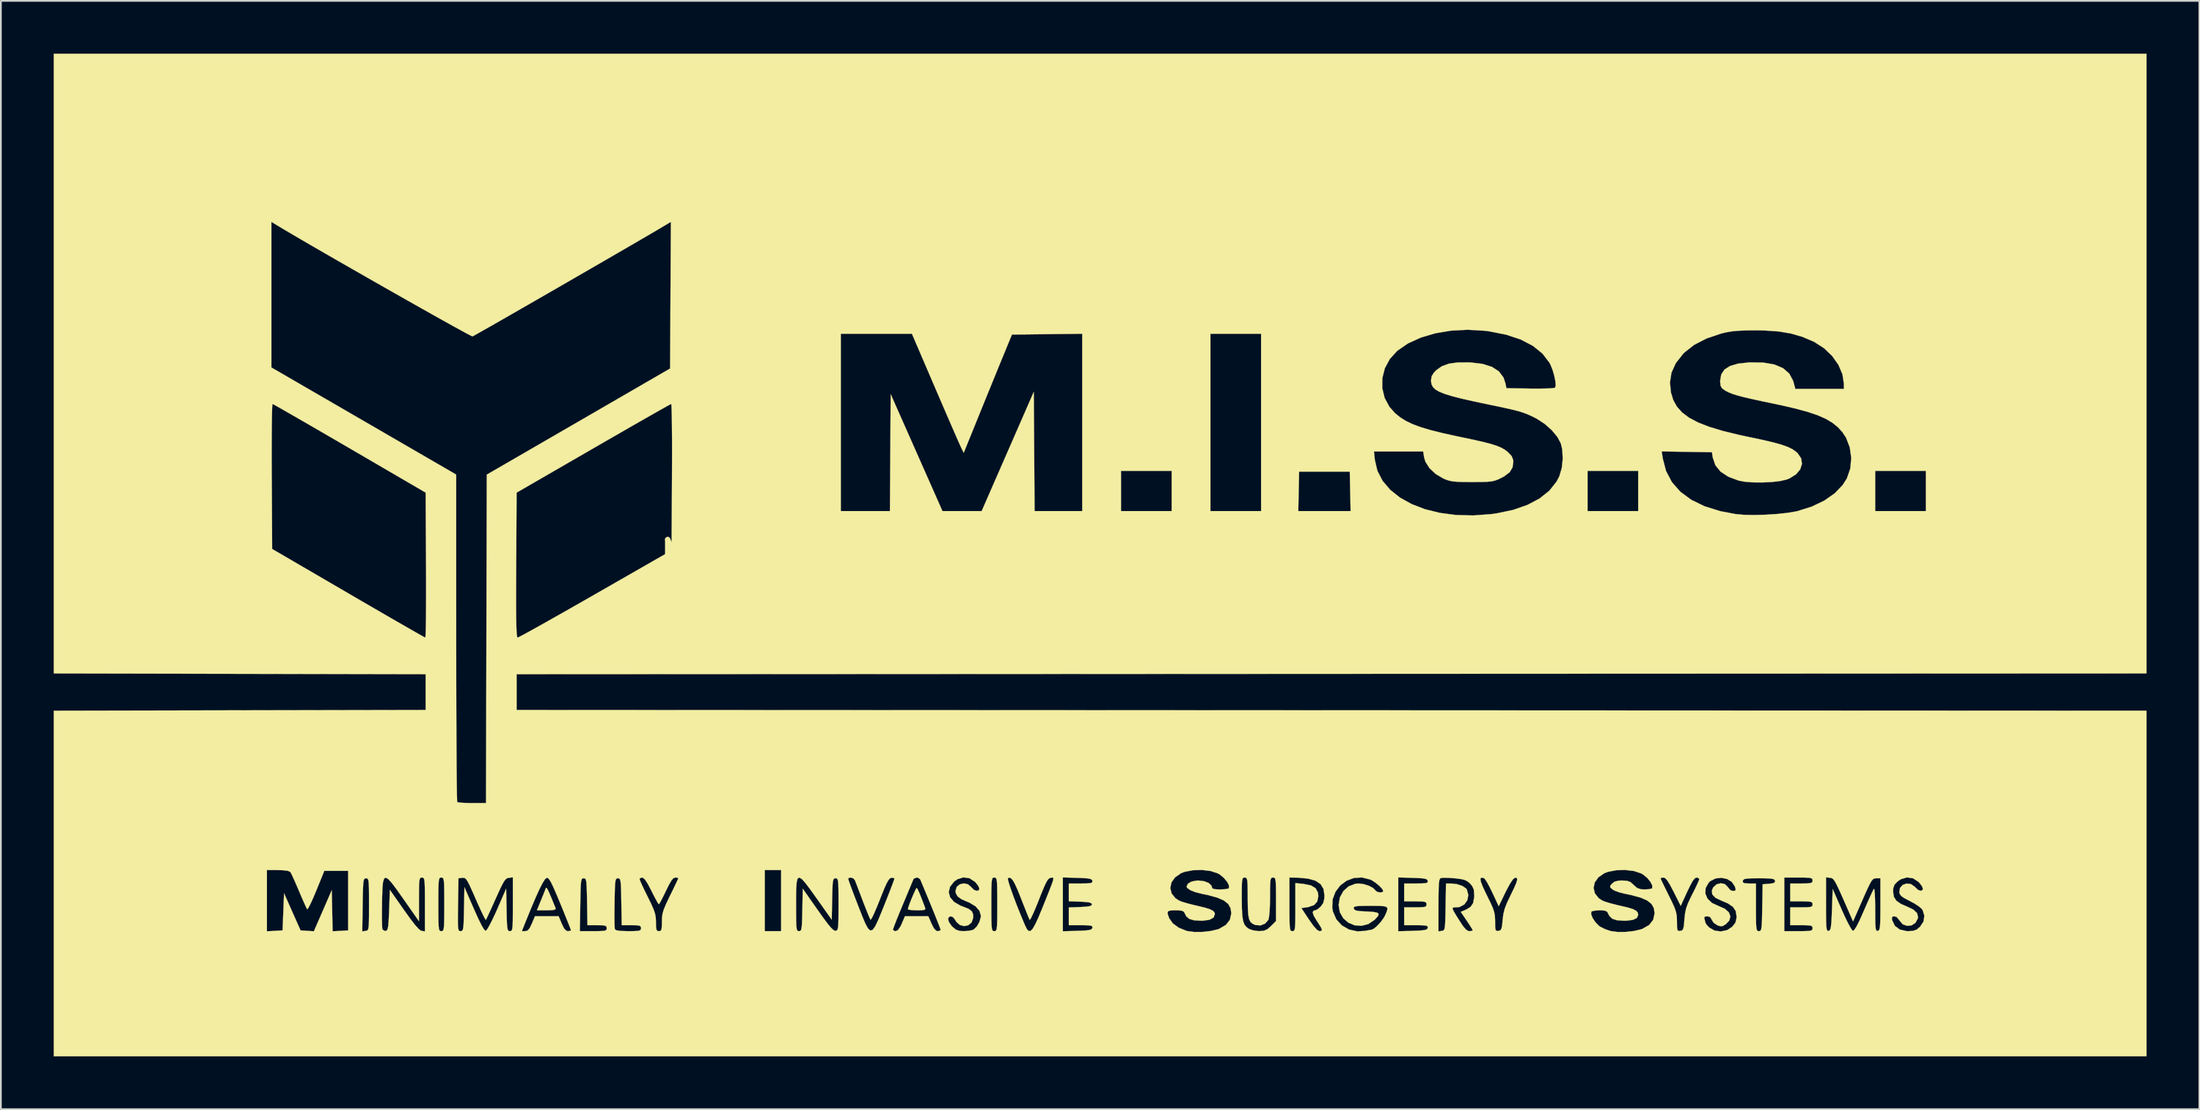
<source format=kicad_pcb>
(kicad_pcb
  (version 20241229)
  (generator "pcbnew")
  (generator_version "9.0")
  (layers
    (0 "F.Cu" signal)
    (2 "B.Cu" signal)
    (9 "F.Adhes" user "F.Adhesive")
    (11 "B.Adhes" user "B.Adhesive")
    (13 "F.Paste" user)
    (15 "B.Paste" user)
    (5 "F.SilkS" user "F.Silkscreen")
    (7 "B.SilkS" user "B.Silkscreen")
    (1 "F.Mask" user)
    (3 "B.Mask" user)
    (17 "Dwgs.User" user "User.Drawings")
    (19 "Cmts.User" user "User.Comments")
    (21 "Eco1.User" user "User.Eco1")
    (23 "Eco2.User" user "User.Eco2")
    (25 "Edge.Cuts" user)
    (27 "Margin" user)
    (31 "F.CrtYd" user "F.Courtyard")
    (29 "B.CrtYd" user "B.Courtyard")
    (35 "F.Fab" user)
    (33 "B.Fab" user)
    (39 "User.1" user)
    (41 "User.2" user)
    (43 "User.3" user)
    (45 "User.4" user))
  (footprint "MISS_logo_NEW2019_1404px_674px_300dpi"
    (layer "F.Cu")
    (at 59.441 28.453)
    (property "Reference" "MISS_logo_NEW2019_1404px_674px_300dpi" (at 0 0 0) (layer "F.SilkS") (effects (font (size 1.524 1.524) (thickness 0.3))))
    (attr through_hole)
    (fp_poly (pts (xy -31.393 19.035) (xy -31.299 19.227) (xy -31.163 19.545) (xy -30.977 20.003) (xy -30.927 20.13) (xy -30.952 20.19) (xy -31.098 20.223) (xy -31.389 20.235) (xy -31.44 20.235) (xy -31.994 20.235) (xy -31.759 19.664) (xy -31.637 19.365) (xy -31.539 19.119) (xy -31.485 18.975) (xy -31.483 18.97) (xy -31.452 18.955) (xy -31.393 19.035)) (stroke (width 0.01) (type solid)) (fill yes) (layer "F.SilkS"))
    (fp_poly (pts (xy -10.362 19.046) (xy -10.252 19.287) (xy -10.093 19.687) (xy -9.943 20.087) (xy -9.931 20.169) (xy -9.996 20.214) (xy -10.171 20.232) (xy -10.405 20.235) (xy -10.676 20.226) (xy -10.863 20.202) (xy -10.922 20.174) (xy -10.892 20.055) (xy -10.816 19.841) (xy -10.713 19.58) (xy -10.602 19.318) (xy -10.503 19.102) (xy -10.436 18.978) (xy -10.421 18.965) (xy -10.362 19.046)) (stroke (width 0.01) (type solid)) (fill yes) (layer "F.SilkS"))
    (fp_poly (pts (xy 59.436 6.773) (xy 13.145 6.794) (xy -33.147 6.816) (xy -33.147 8.848) (xy 13.145 8.869) (xy 59.436 8.89) (xy 59.436 28.533) (xy -59.436 28.533) (xy -59.436 21.433) (xy -41.914 21.433) (xy -41.721 21.406) (xy -41.652 21.392) (xy -41.602 21.356) (xy -41.568 21.276) (xy -41.546 21.127) (xy -41.535 20.885) (xy -41.53 20.527) (xy -41.53 20.284) (xy -40.796 20.284) (xy -40.795 20.704) (xy -40.789 21.038) (xy -40.779 21.254) (xy -40.769 21.318) (xy -40.662 21.402) (xy -40.577 21.405) (xy -40.516 21.375) (xy -40.472 21.296) (xy -40.44 21.14) (xy -40.416 20.883) (xy -40.397 20.496) (xy -40.386 20.225) (xy -40.344 19.073) (xy -39.537 20.226) (xy -39.188 20.712) (xy -38.918 21.063) (xy -38.717 21.287) (xy -38.579 21.394) (xy -38.542 21.405) (xy -38.354 21.432) (xy -38.354 21.427) (xy -2.117 21.427) (xy -1.292 21.403) (xy -0.906 21.387) (xy -0.658 21.365) (xy -0.517 21.328) (xy -0.453 21.272) (xy -0.439 21.23) (xy -0.443 21.156) (xy -0.511 21.112) (xy -0.673 21.09) (xy -0.963 21.082) (xy -1.094 21.082) (xy -1.778 21.082) (xy -1.778 20.42) (xy 3.831 20.42) (xy 3.909 20.646) (xy 3.927 20.691) (xy 4.132 20.98) (xy 4.467 21.224) (xy 4.898 21.399) (xy 4.961 21.416) (xy 5.349 21.467) (xy 5.819 21.464) (xy 6.294 21.41) (xy 6.697 21.313) (xy 6.757 21.29) (xy 7.14 21.07) (xy 7.372 20.775) (xy 7.451 20.41) (xy 7.451 20.405) (xy 7.41 20.112) (xy 7.275 19.874) (xy 7.031 19.679) (xy 6.661 19.516) (xy 6.442 19.456) (xy 8.046 19.456) (xy 8.046 19.579) (xy 8.053 20.13) (xy 8.076 20.538) (xy 8.12 20.831) (xy 8.193 21.036) (xy 8.301 21.179) (xy 8.451 21.289) (xy 8.476 21.303) (xy 8.69 21.375) (xy 8.972 21.415) (xy 9.047 21.418) (xy 9.308 21.397) (xy 9.509 21.304) (xy 9.703 21.133) (xy 9.991 20.845) (xy 9.991 19.897) (xy 10.753 19.897) (xy 10.753 20.438) (xy 10.758 20.834) (xy 10.768 21.106) (xy 10.786 21.278) (xy 10.815 21.372) (xy 10.858 21.412) (xy 10.917 21.421) (xy 10.922 21.421) (xy 10.985 21.413) (xy 11.03 21.373) (xy 11.06 21.277) (xy 11.078 21.101) (xy 11.088 20.82) (xy 11.091 20.41) (xy 11.091 20.054) (xy 11.091 18.688) (xy 11.571 18.737) (xy 11.977 18.821) (xy 12.24 18.979) (xy 12.372 19.223) (xy 12.395 19.43) (xy 12.336 19.736) (xy 12.152 19.939) (xy 11.83 20.051) (xy 11.773 20.06) (xy 11.432 20.108) (xy 11.866 20.765) (xy 12.124 21.128) (xy 12.324 21.348) (xy 12.458 21.421) (xy 12.568 21.406) (xy 12.601 21.346) (xy 12.549 21.214) (xy 12.407 20.983) (xy 12.315 20.846) (xy 12.134 20.543) (xy 12.074 20.347) (xy 12.135 20.25) (xy 12.225 20.235) (xy 12.35 20.178) (xy 12.473 20.075) (xy 13.184 20.075) (xy 13.226 20.312) (xy 13.417 20.749) (xy 13.73 21.093) (xy 14.136 21.327) (xy 14.605 21.432) (xy 14.701 21.427) (xy 16.933 21.427) (xy 17.758 21.403) (xy 18.144 21.387) (xy 18.392 21.365) (xy 18.533 21.328) (xy 18.597 21.272) (xy 18.611 21.23) (xy 18.607 21.156) (xy 18.539 21.112) (xy 18.377 21.09) (xy 18.087 21.082) (xy 17.956 21.082) (xy 17.272 21.082) (xy 17.272 20.066) (xy 17.907 20.066) (xy 18.232 20.062) (xy 18.422 20.044) (xy 18.514 20.002) (xy 18.535 19.942) (xy 19.219 19.942) (xy 19.219 21.432) (xy 19.41 21.405) (xy 19.482 21.39) (xy 19.533 21.349) (xy 19.568 21.259) (xy 19.591 21.093) (xy 19.606 20.828) (xy 19.616 20.437) (xy 19.624 20.045) (xy 19.647 18.711) (xy 19.929 18.711) (xy 20.275 18.75) (xy 20.58 18.852) (xy 20.79 18.997) (xy 20.83 19.053) (xy 20.915 19.363) (xy 20.862 19.658) (xy 20.693 19.899) (xy 20.432 20.043) (xy 20.256 20.066) (xy 20.114 20.067) (xy 20.034 20.087) (xy 20.022 20.151) (xy 20.083 20.287) (xy 20.221 20.52) (xy 20.403 20.812) (xy 20.614 21.132) (xy 20.775 21.323) (xy 20.906 21.409) (xy 20.974 21.421) (xy 21.124 21.403) (xy 21.167 21.374) (xy 21.122 21.286) (xy 21.006 21.097) (xy 20.842 20.848) (xy 20.826 20.825) (xy 20.486 20.324) (xy 20.777 20.202) (xy 21.037 20.047) (xy 21.186 19.827) (xy 21.247 19.501) (xy 21.251 19.345) (xy 21.227 19.058) (xy 21.133 18.852) (xy 21.012 18.713) (xy 20.862 18.585) (xy 20.69 18.503) (xy 20.445 18.45) (xy 20.331 18.437) (xy 21.602 18.437) (xy 21.624 18.602) (xy 21.73 18.883) (xy 21.923 19.292) (xy 21.972 19.391) (xy 22.172 19.798) (xy 22.305 20.097) (xy 22.384 20.333) (xy 22.424 20.548) (xy 22.436 20.785) (xy 22.437 20.875) (xy 22.44 21.172) (xy 22.46 21.337) (xy 22.509 21.404) (xy 22.6 21.409) (xy 22.627 21.405) (xy 22.729 21.374) (xy 22.792 21.292) (xy 22.832 21.12) (xy 22.862 20.82) (xy 22.864 20.786) (xy 22.903 20.469) (xy 27.893 20.469) (xy 27.982 20.683) (xy 28.135 20.912) (xy 28.321 21.106) (xy 28.401 21.164) (xy 28.677 21.302) (xy 28.982 21.41) (xy 29.006 21.416) (xy 29.394 21.467) (xy 29.865 21.464) (xy 30.339 21.41) (xy 30.742 21.313) (xy 30.803 21.29) (xy 31.186 21.07) (xy 31.417 20.775) (xy 31.496 20.41) (xy 31.496 20.405) (xy 31.455 20.112) (xy 31.32 19.873) (xy 31.076 19.678) (xy 30.706 19.515) (xy 30.192 19.374) (xy 29.818 19.296) (xy 29.505 19.219) (xy 29.238 19.123) (xy 29.099 19.046) (xy 28.975 18.931) (xy 28.976 18.84) (xy 29.076 18.719) (xy 29.237 18.6) (xy 29.474 18.548) (xy 29.655 18.542) (xy 29.935 18.559) (xy 30.126 18.631) (xy 30.303 18.788) (xy 30.311 18.796) (xy 30.503 18.965) (xy 30.711 19.037) (xy 30.932 19.05) (xy 31.172 19.036) (xy 31.331 19) (xy 31.36 18.979) (xy 31.365 18.826) (xy 31.261 18.619) (xy 31.095 18.416) (xy 31.835 18.416) (xy 31.87 18.505) (xy 31.968 18.713) (xy 32.113 19.011) (xy 32.29 19.369) (xy 32.3 19.389) (xy 32.5 19.795) (xy 32.633 20.095) (xy 32.713 20.332) (xy 32.753 20.546) (xy 32.765 20.782) (xy 32.766 20.875) (xy 32.77 21.172) (xy 32.79 21.337) (xy 32.838 21.404) (xy 32.929 21.409) (xy 32.956 21.405) (xy 33.055 21.376) (xy 33.117 21.299) (xy 33.156 21.137) (xy 33.183 20.854) (xy 33.191 20.743) (xy 33.196 20.696) (xy 34.319 20.696) (xy 34.323 20.708) (xy 34.369 20.872) (xy 34.375 20.924) (xy 34.432 21.031) (xy 34.571 21.187) (xy 34.599 21.213) (xy 34.902 21.388) (xy 35.26 21.437) (xy 35.617 21.362) (xy 35.905 21.173) (xy 36.084 20.943) (xy 36.149 20.685) (xy 36.153 20.576) (xy 36.104 20.276) (xy 35.945 20.038) (xy 35.655 19.84) (xy 35.308 19.694) (xy 34.956 19.525) (xy 34.77 19.329) (xy 34.749 19.103) (xy 34.83 18.926) (xy 35.021 18.757) (xy 35.26 18.697) (xy 35.49 18.747) (xy 35.653 18.908) (xy 35.66 18.923) (xy 35.812 19.099) (xy 35.95 19.135) (xy 36.078 19.119) (xy 36.103 19.041) (xy 36.054 18.878) (xy 35.884 18.621) (xy 35.79 18.563) (xy 36.507 18.563) (xy 36.517 18.655) (xy 36.617 18.699) (xy 36.846 18.711) (xy 36.866 18.711) (xy 37.253 18.711) (xy 37.253 20.066) (xy 37.254 20.573) (xy 37.259 20.934) (xy 37.272 21.175) (xy 37.294 21.32) (xy 37.329 21.393) (xy 37.381 21.418) (xy 37.421 21.421) (xy 37.484 21.412) (xy 37.529 21.368) (xy 37.561 21.266) (xy 37.582 21.08) (xy 37.596 20.786) (xy 37.606 20.359) (xy 37.611 20.087) (xy 37.634 18.754) (xy 37.999 18.727) (xy 38.232 18.697) (xy 38.33 18.637) (xy 38.337 18.558) (xy 38.303 18.493) (xy 38.213 18.451) (xy 38.036 18.427) (xy 37.743 18.417) (xy 37.423 18.415) (xy 37.022 18.418) (xy 36.76 18.431) (xy 36.607 18.458) (xy 36.532 18.505) (xy 36.507 18.563) (xy 35.79 18.563) (xy 35.613 18.455) (xy 35.289 18.387) (xy 34.957 18.425) (xy 34.664 18.574) (xy 34.565 18.668) (xy 34.394 18.974) (xy 34.378 19.286) (xy 34.504 19.578) (xy 34.763 19.822) (xy 35.124 19.988) (xy 35.487 20.146) (xy 35.715 20.351) (xy 35.801 20.583) (xy 35.737 20.821) (xy 35.544 21.023) (xy 35.362 21.132) (xy 35.202 21.135) (xy 35.056 21.084) (xy 34.844 20.939) (xy 34.745 20.775) (xy 34.647 20.613) (xy 34.483 20.574) (xy 34.333 20.601) (xy 34.319 20.696) (xy 33.196 20.696) (xy 33.225 20.414) (xy 33.284 20.133) (xy 33.388 19.843) (xy 33.555 19.487) (xy 33.636 19.327) (xy 33.803 18.993) (xy 33.935 18.713) (xy 34.017 18.521) (xy 34.036 18.459) (xy 33.966 18.387) (xy 33.877 18.373) (xy 38.862 18.373) (xy 38.862 21.421) (xy 39.666 21.421) (xy 40.04 21.418) (xy 40.276 21.406) (xy 40.406 21.378) (xy 40.46 21.327) (xy 40.471 21.251) (xy 40.456 21.165) (xy 40.387 21.114) (xy 40.23 21.09) (xy 39.95 21.082) (xy 39.836 21.082) (xy 39.201 21.082) (xy 39.201 20.066) (xy 39.836 20.066) (xy 40.16 20.062) (xy 40.351 20.044) (xy 40.442 20.002) (xy 40.47 19.927) (xy 40.471 19.897) (xy 41.233 19.897) (xy 41.234 20.443) (xy 41.239 20.841) (xy 41.249 21.114) (xy 41.268 21.284) (xy 41.297 21.375) (xy 41.338 21.406) (xy 41.381 21.405) (xy 41.441 21.375) (xy 41.485 21.297) (xy 41.516 21.143) (xy 41.54 20.888) (xy 41.56 20.505) (xy 41.571 20.2) (xy 41.614 19.025) (xy 42.125 20.201) (xy 42.313 20.616) (xy 42.486 20.969) (xy 42.631 21.233) (xy 42.732 21.38) (xy 42.76 21.401) (xy 42.842 21.347) (xy 42.965 21.156) (xy 43.134 20.82) (xy 43.352 20.333) (xy 43.384 20.258) (xy 43.564 19.844) (xy 43.726 19.483) (xy 43.854 19.206) (xy 43.937 19.041) (xy 43.956 19.012) (xy 43.98 19.063) (xy 44.001 19.256) (xy 44.017 19.564) (xy 44.026 19.96) (xy 44.027 20.182) (xy 44.028 20.667) (xy 44.035 21.007) (xy 44.049 21.226) (xy 44.074 21.35) (xy 44.114 21.401) (xy 44.17 21.406) (xy 44.175 21.405) (xy 44.228 21.381) (xy 44.267 21.317) (xy 44.294 21.191) (xy 44.311 20.978) (xy 44.318 20.711) (xy 44.976 20.711) (xy 44.994 20.807) (xy 45.147 21.122) (xy 45.423 21.329) (xy 45.808 21.418) (xy 45.901 21.421) (xy 46.188 21.403) (xy 46.387 21.329) (xy 46.573 21.173) (xy 46.768 20.878) (xy 46.821 20.55) (xy 46.728 20.238) (xy 46.665 20.147) (xy 46.51 20.013) (xy 46.256 19.848) (xy 45.967 19.693) (xy 45.668 19.537) (xy 45.495 19.411) (xy 45.415 19.287) (xy 45.398 19.209) (xy 45.437 18.962) (xy 45.588 18.793) (xy 45.807 18.715) (xy 46.048 18.742) (xy 46.268 18.888) (xy 46.298 18.923) (xy 46.464 19.077) (xy 46.619 19.131) (xy 46.719 19.077) (xy 46.736 19.001) (xy 46.68 18.86) (xy 46.539 18.674) (xy 46.489 18.62) (xy 46.177 18.416) (xy 45.83 18.366) (xy 45.48 18.471) (xy 45.303 18.592) (xy 45.126 18.776) (xy 45.053 18.979) (xy 45.043 19.17) (xy 45.085 19.464) (xy 45.228 19.69) (xy 45.496 19.876) (xy 45.815 20.013) (xy 46.192 20.192) (xy 46.405 20.394) (xy 46.461 20.625) (xy 46.448 20.697) (xy 46.313 20.949) (xy 46.093 21.092) (xy 45.837 21.119) (xy 45.59 21.027) (xy 45.403 20.81) (xy 45.398 20.801) (xy 45.253 20.623) (xy 45.114 20.574) (xy 44.994 20.6) (xy 44.976 20.711) (xy 44.318 20.711) (xy 44.319 20.654) (xy 44.323 20.198) (xy 44.323 19.896) (xy 44.323 18.415) (xy 44.084 18.415) (xy 43.991 18.423) (xy 43.909 18.463) (xy 43.825 18.558) (xy 43.725 18.729) (xy 43.594 18.999) (xy 43.417 19.391) (xy 43.307 19.642) (xy 42.769 20.869) (xy 42.548 20.361) (xy 42.286 19.763) (xy 42.082 19.301) (xy 41.925 18.959) (xy 41.806 18.717) (xy 41.714 18.558) (xy 41.639 18.463) (xy 41.572 18.414) (xy 41.502 18.394) (xy 41.459 18.388) (xy 41.233 18.361) (xy 41.233 19.897) (xy 40.471 19.897) (xy 40.471 19.897) (xy 40.456 19.81) (xy 40.387 19.759) (xy 40.23 19.735) (xy 39.95 19.728) (xy 39.836 19.727) (xy 39.201 19.727) (xy 39.201 18.711) (xy 39.836 18.711) (xy 40.16 18.707) (xy 40.351 18.689) (xy 40.442 18.647) (xy 40.47 18.572) (xy 40.471 18.542) (xy 40.459 18.463) (xy 40.401 18.414) (xy 40.267 18.386) (xy 40.025 18.375) (xy 39.666 18.373) (xy 38.862 18.373) (xy 33.877 18.373) (xy 33.78 18.418) (xy 33.662 18.566) (xy 33.512 18.838) (xy 33.349 19.178) (xy 32.98 19.983) (xy 32.576 19.178) (xy 32.375 18.794) (xy 32.222 18.546) (xy 32.104 18.413) (xy 32.003 18.373) (xy 32.003 18.373) (xy 31.866 18.391) (xy 31.835 18.416) (xy 31.095 18.416) (xy 31.081 18.399) (xy 30.853 18.208) (xy 30.737 18.14) (xy 30.327 18.003) (xy 29.83 17.942) (xy 29.315 17.957) (xy 28.848 18.048) (xy 28.642 18.127) (xy 28.302 18.362) (xy 28.097 18.652) (xy 28.031 18.966) (xy 28.105 19.274) (xy 28.321 19.545) (xy 28.528 19.683) (xy 28.717 19.756) (xy 29.02 19.846) (xy 29.383 19.939) (xy 29.55 19.977) (xy 29.987 20.08) (xy 30.282 20.173) (xy 30.46 20.269) (xy 30.545 20.379) (xy 30.565 20.497) (xy 30.492 20.669) (xy 30.271 20.778) (xy 29.898 20.826) (xy 29.76 20.828) (xy 29.358 20.801) (xy 29.089 20.713) (xy 28.922 20.55) (xy 28.869 20.442) (xy 28.8 20.317) (xy 28.681 20.255) (xy 28.462 20.236) (xy 28.37 20.235) (xy 28.117 20.251) (xy 27.941 20.291) (xy 27.898 20.319) (xy 27.893 20.469) (xy 22.903 20.469) (xy 22.904 20.457) (xy 22.979 20.155) (xy 23.107 19.821) (xy 23.306 19.4) (xy 23.309 19.395) (xy 23.513 18.973) (xy 23.64 18.679) (xy 23.692 18.496) (xy 23.674 18.403) (xy 23.593 18.383) (xy 23.558 18.388) (xy 23.448 18.479) (xy 23.291 18.71) (xy 23.098 19.063) (xy 23.026 19.209) (xy 22.641 20.004) (xy 22.279 19.226) (xy 22.116 18.893) (xy 21.966 18.622) (xy 21.849 18.448) (xy 21.8 18.403) (xy 21.662 18.375) (xy 21.602 18.437) (xy 20.331 18.437) (xy 20.125 18.414) (xy 19.797 18.391) (xy 19.525 18.385) (xy 19.361 18.399) (xy 19.348 18.403) (xy 19.301 18.444) (xy 19.266 18.541) (xy 19.243 18.718) (xy 19.229 18.995) (xy 19.221 19.397) (xy 19.219 19.942) (xy 18.535 19.942) (xy 18.541 19.927) (xy 18.542 19.897) (xy 18.527 19.81) (xy 18.459 19.759) (xy 18.302 19.735) (xy 18.021 19.728) (xy 17.907 19.727) (xy 17.272 19.727) (xy 17.272 18.711) (xy 17.956 18.711) (xy 18.295 18.707) (xy 18.497 18.691) (xy 18.593 18.655) (xy 18.615 18.592) (xy 18.611 18.563) (xy 18.575 18.493) (xy 18.481 18.447) (xy 18.296 18.417) (xy 17.99 18.399) (xy 17.758 18.391) (xy 16.933 18.367) (xy 16.933 21.427) (xy 14.701 21.427) (xy 15.028 21.407) (xy 15.255 21.366) (xy 15.404 21.342) (xy 15.424 21.34) (xy 15.567 21.269) (xy 15.759 21.1) (xy 15.959 20.876) (xy 16.124 20.642) (xy 16.182 20.535) (xy 16.282 20.307) (xy 16.323 20.152) (xy 16.285 20.056) (xy 16.145 20.005) (xy 15.884 19.985) (xy 15.479 19.981) (xy 15.361 19.981) (xy 14.94 19.984) (xy 14.662 19.993) (xy 14.498 20.014) (xy 14.422 20.05) (xy 14.406 20.107) (xy 14.409 20.13) (xy 14.449 20.205) (xy 14.556 20.253) (xy 14.763 20.283) (xy 15.103 20.301) (xy 15.135 20.302) (xy 15.518 20.326) (xy 15.744 20.371) (xy 15.825 20.451) (xy 15.773 20.578) (xy 15.6 20.766) (xy 15.588 20.777) (xy 15.232 21.018) (xy 14.845 21.117) (xy 14.459 21.087) (xy 14.105 20.94) (xy 13.814 20.69) (xy 13.618 20.348) (xy 13.547 19.935) (xy 13.619 19.502) (xy 13.82 19.138) (xy 14.122 18.871) (xy 14.499 18.728) (xy 14.687 18.711) (xy 14.97 18.747) (xy 15.261 18.839) (xy 15.501 18.964) (xy 15.634 19.097) (xy 15.638 19.106) (xy 15.731 19.182) (xy 15.888 19.218) (xy 16.031 19.205) (xy 16.087 19.146) (xy 16.022 19.019) (xy 15.859 18.845) (xy 15.643 18.666) (xy 15.421 18.523) (xy 15.349 18.488) (xy 14.874 18.368) (xy 14.415 18.398) (xy 13.996 18.556) (xy 13.64 18.823) (xy 13.37 19.179) (xy 13.21 19.603) (xy 13.184 20.075) (xy 12.473 20.075) (xy 12.516 20.038) (xy 12.537 20.017) (xy 12.675 19.82) (xy 12.735 19.575) (xy 12.742 19.384) (xy 12.689 19.021) (xy 12.522 18.746) (xy 12.231 18.552) (xy 11.805 18.433) (xy 11.233 18.38) (xy 11.113 18.378) (xy 10.753 18.373) (xy 10.753 19.897) (xy 9.991 19.897) (xy 9.991 19.609) (xy 9.99 19.128) (xy 9.984 18.792) (xy 9.97 18.573) (xy 9.944 18.448) (xy 9.903 18.389) (xy 9.844 18.373) (xy 9.821 18.373) (xy 9.752 18.382) (xy 9.705 18.428) (xy 9.675 18.538) (xy 9.66 18.739) (xy 9.653 19.057) (xy 9.652 19.469) (xy 9.644 19.941) (xy 9.623 20.34) (xy 9.591 20.634) (xy 9.556 20.777) (xy 9.375 20.989) (xy 9.109 21.095) (xy 8.822 21.071) (xy 8.813 21.068) (xy 8.653 20.995) (xy 8.539 20.893) (xy 8.462 20.736) (xy 8.416 20.496) (xy 8.393 20.147) (xy 8.385 19.662) (xy 8.385 19.537) (xy 8.382 19.073) (xy 8.375 18.751) (xy 8.359 18.547) (xy 8.331 18.433) (xy 8.286 18.384) (xy 8.22 18.373) (xy 8.213 18.373) (xy 8.146 18.381) (xy 8.1 18.424) (xy 8.07 18.527) (xy 8.054 18.716) (xy 8.047 19.017) (xy 8.046 19.456) (xy 6.442 19.456) (xy 6.146 19.374) (xy 5.8 19.302) (xy 5.415 19.206) (xy 5.121 19.089) (xy 4.946 18.964) (xy 4.911 18.885) (xy 4.988 18.72) (xy 5.197 18.6) (xy 5.502 18.544) (xy 5.575 18.542) (xy 5.907 18.581) (xy 6.17 18.684) (xy 6.325 18.833) (xy 6.35 18.928) (xy 6.397 19.003) (xy 6.558 19.041) (xy 6.811 19.05) (xy 7.074 19.038) (xy 7.26 19.007) (xy 7.315 18.979) (xy 7.32 18.826) (xy 7.216 18.619) (xy 7.035 18.399) (xy 6.808 18.208) (xy 6.692 18.14) (xy 6.281 18.003) (xy 5.785 17.942) (xy 5.27 17.957) (xy 4.803 18.048) (xy 4.596 18.127) (xy 4.256 18.362) (xy 4.052 18.652) (xy 3.986 18.966) (xy 4.059 19.274) (xy 4.275 19.545) (xy 4.483 19.683) (xy 4.672 19.756) (xy 4.974 19.846) (xy 5.338 19.939) (xy 5.504 19.977) (xy 5.95 20.083) (xy 6.251 20.18) (xy 6.43 20.277) (xy 6.51 20.385) (xy 6.519 20.451) (xy 6.443 20.649) (xy 6.215 20.774) (xy 5.839 20.826) (xy 5.746 20.828) (xy 5.338 20.804) (xy 5.064 20.724) (xy 4.892 20.575) (xy 4.824 20.442) (xy 4.76 20.322) (xy 4.652 20.26) (xy 4.453 20.238) (xy 4.278 20.235) (xy 3.992 20.245) (xy 3.851 20.297) (xy 3.831 20.42) (xy -1.778 20.42) (xy -1.778 20.073) (xy -1.122 20.048) (xy -0.777 20.028) (xy -0.573 19.996) (xy -0.48 19.944) (xy -0.466 19.897) (xy -0.502 19.829) (xy -0.631 19.784) (xy -0.881 19.757) (xy -1.122 19.745) (xy -1.778 19.72) (xy -1.778 18.711) (xy -1.094 18.711) (xy -0.755 18.707) (xy -0.553 18.691) (xy -0.457 18.655) (xy -0.435 18.592) (xy -0.439 18.563) (xy -0.475 18.493) (xy -0.569 18.447) (xy -0.754 18.417) (xy -1.06 18.399) (xy -1.292 18.391) (xy -2.117 18.367) (xy -2.117 21.427) (xy -38.354 21.427) (xy -38.354 19.903) (xy -38.354 19.897) (xy -37.592 19.897) (xy -37.591 20.438) (xy -37.587 20.834) (xy -37.577 21.106) (xy -37.559 21.278) (xy -37.529 21.372) (xy -37.486 21.412) (xy -37.428 21.421) (xy -37.423 21.421) (xy -37.362 21.413) (xy -37.319 21.376) (xy -37.288 21.287) (xy -37.269 21.121) (xy -37.259 20.857) (xy -37.259 20.846) (xy -36.482 20.846) (xy -36.476 21.115) (xy -36.46 21.283) (xy -36.432 21.375) (xy -36.389 21.413) (xy -36.33 21.421) (xy -36.326 21.421) (xy -36.261 21.412) (xy -36.214 21.367) (xy -36.182 21.262) (xy -36.161 21.072) (xy -36.147 20.77) (xy -36.137 20.332) (xy -36.134 20.172) (xy -36.11 18.923) (xy -35.564 20.175) (xy -35.326 20.705) (xy -35.14 21.082) (xy -35.003 21.312) (xy -34.911 21.401) (xy -34.895 21.402) (xy -34.821 21.32) (xy -34.696 21.109) (xy -34.535 20.796) (xy -34.353 20.411) (xy -34.256 20.193) (xy -33.74 19.008) (xy -33.716 20.214) (xy -33.706 20.688) (xy -33.693 21.019) (xy -33.673 21.232) (xy -33.644 21.353) (xy -33.6 21.407) (xy -33.537 21.421) (xy -33.526 21.421) (xy -32.848 21.421) (xy -32.655 21.421) (xy -32.52 21.384) (xy -32.405 21.251) (xy -32.282 20.997) (xy -32.103 20.574) (xy -30.757 20.574) (xy -30.581 20.997) (xy -30.449 21.266) (xy -30.326 21.396) (xy -30.231 21.421) (xy -29.553 21.421) (xy -28.789 21.421) (xy -28.426 21.418) (xy -28.201 21.405) (xy -28.08 21.374) (xy -28.032 21.319) (xy -28.025 21.251) (xy -28.042 21.16) (xy -28.119 21.108) (xy -28.292 21.086) (xy -28.573 21.082) (xy -29.121 21.082) (xy -29.135 20.283) (xy -27.588 20.283) (xy -27.588 20.702) (xy -27.583 21.034) (xy -27.573 21.249) (xy -27.564 21.312) (xy -27.477 21.371) (xy -27.259 21.406) (xy -26.894 21.42) (xy -26.8 21.421) (xy -26.449 21.418) (xy -26.235 21.403) (xy -26.123 21.369) (xy -26.082 21.309) (xy -26.077 21.251) (xy -26.095 21.16) (xy -26.171 21.108) (xy -26.345 21.086) (xy -26.626 21.082) (xy -27.174 21.082) (xy -27.197 19.748) (xy -27.207 19.246) (xy -27.218 18.889) (xy -27.235 18.652) (xy -27.261 18.511) (xy -27.289 18.459) (xy -26.162 18.459) (xy -26.126 18.564) (xy -26.027 18.787) (xy -25.882 19.097) (xy -25.703 19.46) (xy -25.696 19.473) (xy -25.494 19.886) (xy -25.36 20.192) (xy -25.28 20.433) (xy -25.242 20.649) (xy -25.231 20.883) (xy -25.231 20.911) (xy -25.225 21.195) (xy -25.198 21.349) (xy -25.137 21.411) (xy -25.061 21.421) (xy -24.969 21.403) (xy -24.918 21.326) (xy -24.896 21.15) (xy -24.892 20.881) (xy -24.885 20.634) (xy -24.853 20.416) (xy -24.786 20.186) (xy -24.668 19.901) (xy -24.487 19.519) (xy -24.426 19.396) (xy -24.249 19.033) (xy -24.103 18.728) (xy -24.002 18.512) (xy -23.961 18.414) (xy -23.961 18.412) (xy -24.032 18.38) (xy -24.133 18.373) (xy -24.234 18.408) (xy -24.344 18.531) (xy -24.482 18.764) (xy -24.663 19.13) (xy -24.818 19.451) (xy -24.949 19.706) (xy -25.038 19.861) (xy -25.065 19.892) (xy -25.119 19.823) (xy -25.228 19.633) (xy -25.375 19.355) (xy -25.485 19.135) (xy -25.689 18.742) (xy -25.847 18.496) (xy -25.968 18.383) (xy -26.01 18.373) (xy -26.138 18.412) (xy -26.162 18.459) (xy -27.289 18.459) (xy -27.299 18.44) (xy -27.353 18.417) (xy -27.39 18.415) (xy -27.452 18.423) (xy -27.498 18.464) (xy -27.53 18.562) (xy -27.551 18.74) (xy -27.565 19.023) (xy -27.576 19.434) (xy -27.582 19.809) (xy -27.588 20.283) (xy -29.135 20.283) (xy -29.144 19.748) (xy -29.154 19.246) (xy -29.166 18.889) (xy -29.183 18.652) (xy -29.208 18.511) (xy -29.246 18.44) (xy -29.3 18.417) (xy -29.337 18.415) (xy -29.398 18.423) (xy -29.442 18.462) (xy -29.474 18.555) (xy -29.496 18.725) (xy -29.51 18.996) (xy -29.52 19.39) (xy -29.529 19.918) (xy -29.553 21.421) (xy -30.231 21.421) (xy -30.09 21.4) (xy -30.057 21.371) (xy -30.087 21.281) (xy -30.173 21.059) (xy -30.304 20.732) (xy -30.469 20.323) (xy -30.659 19.859) (xy -30.666 19.843) (xy -30.885 19.317) (xy -31.054 18.93) (xy -31.182 18.663) (xy -31.28 18.496) (xy -31.357 18.411) (xy -31.424 18.389) (xy -31.437 18.39) (xy -31.53 18.466) (xy -31.664 18.674) (xy -31.841 19.019) (xy -32.064 19.508) (xy -32.334 20.146) (xy -32.656 20.938) (xy -32.688 21.018) (xy -32.848 21.421) (xy -33.526 21.421) (xy -33.466 21.413) (xy -33.423 21.375) (xy -33.393 21.283) (xy -33.374 21.115) (xy -33.364 20.847) (xy -33.36 20.457) (xy -33.359 19.922) (xy -33.359 19.891) (xy -33.359 18.361) (xy -33.588 18.388) (xy -33.683 18.412) (xy -33.771 18.475) (xy -33.865 18.6) (xy -33.982 18.812) (xy -34.135 19.133) (xy -34.338 19.581) (xy -34.521 19.989) (xy -34.681 20.34) (xy -34.805 20.606) (xy -34.879 20.758) (xy -34.894 20.783) (xy -34.938 20.722) (xy -35.037 20.531) (xy -35.178 20.235) (xy -35.35 19.859) (xy -35.468 19.592) (xy -35.671 19.13) (xy -35.822 18.801) (xy -35.935 18.585) (xy -36.023 18.458) (xy -36.1 18.399) (xy -36.18 18.386) (xy -36.227 18.389) (xy -36.449 18.415) (xy -36.472 19.918) (xy -36.48 20.455) (xy -36.482 20.846) (xy -37.259 20.846) (xy -37.254 20.471) (xy -37.253 19.941) (xy -37.253 19.897) (xy -37.254 19.355) (xy -37.258 18.959) (xy -37.268 18.687) (xy -37.287 18.516) (xy -37.316 18.421) (xy -37.359 18.381) (xy -37.418 18.373) (xy -37.423 18.373) (xy -37.483 18.38) (xy -37.527 18.417) (xy -37.557 18.507) (xy -37.576 18.672) (xy -37.587 18.936) (xy -37.591 19.322) (xy -37.592 19.853) (xy -37.592 19.897) (xy -38.354 19.897) (xy -38.355 19.36) (xy -38.359 18.963) (xy -38.369 18.69) (xy -38.387 18.517) (xy -38.416 18.422) (xy -38.459 18.382) (xy -38.517 18.373) (xy -38.523 18.373) (xy -38.589 18.381) (xy -38.635 18.424) (xy -38.665 18.525) (xy -38.682 18.712) (xy -38.69 19.009) (xy -38.693 19.441) (xy -38.693 19.613) (xy -38.693 20.854) (xy -39.56 19.613) (xy -39.929 19.09) (xy -40.213 18.709) (xy -40.425 18.471) (xy -40.575 18.379) (xy -40.674 18.434) (xy -40.735 18.637) (xy -40.768 18.991) (xy -40.785 19.498) (xy -40.79 19.809) (xy -40.796 20.284) (xy -41.53 20.284) (xy -41.529 20.028) (xy -41.529 19.897) (xy -41.53 19.364) (xy -41.534 18.976) (xy -41.545 18.712) (xy -41.564 18.547) (xy -41.594 18.458) (xy -41.639 18.422) (xy -41.698 18.415) (xy -41.759 18.423) (xy -41.804 18.462) (xy -41.835 18.554) (xy -41.857 18.724) (xy -41.871 18.994) (xy -41.882 19.388) (xy -41.891 19.924) (xy -41.914 21.433) (xy -59.436 21.433) (xy -59.436 17.949) (xy -47.329 17.949) (xy -47.329 21.43) (xy -46.44 21.378) (xy -46.397 20.323) (xy -46.355 19.268) (xy -45.886 20.323) (xy -45.417 21.378) (xy -45.04 21.403) (xy -44.662 21.427) (xy -43.646 19.092) (xy -43.598 21.429) (xy -43.156 21.404) (xy -42.714 21.378) (xy -42.714 17.992) (xy -44.069 17.992) (xy -44.526 19.118) (xy -44.692 19.512) (xy -44.839 19.837) (xy -44.955 20.066) (xy -45.027 20.173) (xy -45.041 20.176) (xy -45.095 20.076) (xy -45.198 19.852) (xy -45.338 19.536) (xy -45.498 19.161) (xy -45.509 19.135) (xy -45.672 18.753) (xy -45.819 18.423) (xy -45.932 18.18) (xy -45.997 18.057) (xy -45.999 18.055) (xy -46.138 17.992) (xy -46.427 17.957) (xy -46.704 17.949) (xy -19.05 17.949) (xy -19.05 21.421) (xy -18.119 21.421) (xy -18.119 19.897) (xy -17.272 19.897) (xy -17.271 20.439) (xy -17.267 20.834) (xy -17.257 21.106) (xy -17.238 21.278) (xy -17.209 21.372) (xy -17.166 21.412) (xy -17.107 21.421) (xy -17.105 21.421) (xy -17.039 21.411) (xy -16.992 21.364) (xy -16.961 21.255) (xy -16.94 21.057) (xy -16.927 20.746) (xy -16.916 20.294) (xy -16.914 20.214) (xy -16.891 19.008) (xy -16.044 20.215) (xy -15.717 20.675) (xy -15.468 21.008) (xy -15.283 21.23) (xy -15.15 21.355) (xy -15.054 21.401) (xy -15.028 21.401) (xy -14.967 21.385) (xy -14.923 21.34) (xy -14.893 21.242) (xy -14.874 21.068) (xy -14.864 20.793) (xy -14.86 20.395) (xy -14.859 19.897) (xy -14.86 19.364) (xy -14.864 18.976) (xy -14.875 18.712) (xy -14.894 18.547) (xy -14.924 18.458) (xy -14.932 18.452) (xy -14.309 18.452) (xy -14.279 18.552) (xy -14.197 18.784) (xy -14.073 19.121) (xy -13.916 19.535) (xy -13.744 19.98) (xy -13.516 20.562) (xy -13.335 20.991) (xy -13.186 21.265) (xy -13.054 21.386) (xy -12.926 21.351) (xy -12.915 21.336) (xy -11.769 21.336) (xy -11.698 21.406) (xy -11.61 21.421) (xy -11.474 21.351) (xy -11.331 21.133) (xy -11.269 20.997) (xy -11.087 20.574) (xy -9.758 20.574) (xy -9.575 20.997) (xy -9.434 21.272) (xy -9.303 21.402) (xy -9.226 21.421) (xy -9.09 21.389) (xy -9.059 21.346) (xy -9.091 21.245) (xy -9.182 21.006) (xy -9.284 20.75) (xy -8.636 20.75) (xy -8.579 20.919) (xy -8.436 21.122) (xy -8.389 21.173) (xy -8.186 21.338) (xy -7.967 21.409) (xy -7.748 21.421) (xy -7.473 21.402) (xy -7.247 21.356) (xy -7.192 21.333) (xy -7.008 21.161) (xy -6.856 20.896) (xy -6.777 20.612) (xy -6.773 20.547) (xy -6.854 20.264) (xy -7.079 20.006) (xy -7.26 19.897) (xy -6.181 19.897) (xy -6.18 20.438) (xy -6.176 20.834) (xy -6.166 21.106) (xy -6.147 21.278) (xy -6.118 21.372) (xy -6.075 21.412) (xy -6.016 21.421) (xy -6.011 21.421) (xy -5.951 21.413) (xy -5.907 21.376) (xy -5.877 21.287) (xy -5.858 21.121) (xy -5.847 20.857) (xy -5.843 20.471) (xy -5.842 19.941) (xy -5.842 19.897) (xy -5.843 19.355) (xy -5.847 18.959) (xy -5.857 18.687) (xy -5.875 18.516) (xy -5.905 18.421) (xy -5.919 18.408) (xy -5.238 18.408) (xy -5.235 18.499) (xy -5.174 18.722) (xy -5.065 19.051) (xy -4.917 19.463) (xy -4.739 19.933) (xy -4.539 20.436) (xy -4.326 20.948) (xy -4.258 21.107) (xy -4.156 21.309) (xy -4.057 21.413) (xy -3.951 21.408) (xy -3.831 21.285) (xy -3.685 21.032) (xy -3.505 20.641) (xy -3.281 20.101) (xy -3.25 20.024) (xy -3.028 19.47) (xy -2.863 19.054) (xy -2.749 18.758) (xy -2.681 18.56) (xy -2.655 18.443) (xy -2.664 18.387) (xy -2.704 18.373) (xy -2.769 18.381) (xy -2.805 18.387) (xy -2.889 18.418) (xy -2.973 18.501) (xy -3.068 18.659) (xy -3.187 18.915) (xy -3.342 19.291) (xy -3.477 19.635) (xy -3.643 20.047) (xy -3.789 20.389) (xy -3.906 20.638) (xy -3.981 20.767) (xy -4.001 20.777) (xy -4.048 20.674) (xy -4.143 20.443) (xy -4.274 20.115) (xy -4.43 19.722) (xy -4.488 19.572) (xy -4.686 19.08) (xy -4.843 18.733) (xy -4.97 18.512) (xy -5.078 18.4) (xy -5.178 18.382) (xy -5.238 18.408) (xy -5.919 18.408) (xy -5.948 18.381) (xy -6.006 18.373) (xy -6.011 18.373) (xy -6.072 18.38) (xy -6.115 18.417) (xy -6.146 18.507) (xy -6.165 18.672) (xy -6.175 18.936) (xy -6.18 19.322) (xy -6.181 19.853) (xy -6.181 19.897) (xy -7.26 19.897) (xy -7.422 19.799) (xy -7.515 19.762) (xy -7.878 19.604) (xy -8.097 19.443) (xy -8.198 19.256) (xy -8.213 19.125) (xy -8.144 18.901) (xy -7.97 18.758) (xy -7.741 18.706) (xy -7.507 18.756) (xy -7.318 18.919) (xy -7.316 18.923) (xy -7.17 19.07) (xy -7.012 19.131) (xy -6.892 19.097) (xy -6.858 19.001) (xy -6.914 18.86) (xy -7.055 18.674) (xy -7.105 18.62) (xy -7.417 18.414) (xy -7.763 18.364) (xy -8.106 18.469) (xy -8.296 18.605) (xy -8.528 18.902) (xy -8.6 19.208) (xy -8.519 19.501) (xy -8.292 19.763) (xy -7.926 19.973) (xy -7.793 20.022) (xy -7.469 20.152) (xy -7.284 20.294) (xy -7.211 20.48) (xy -7.212 20.674) (xy -7.304 20.93) (xy -7.49 21.085) (xy -7.725 21.134) (xy -7.967 21.07) (xy -8.169 20.891) (xy -8.228 20.787) (xy -8.35 20.629) (xy -8.492 20.575) (xy -8.604 20.63) (xy -8.636 20.75) (xy -9.284 20.75) (xy -9.326 20.645) (xy -9.514 20.179) (xy -9.741 19.626) (xy -9.999 19.003) (xy -10.218 18.479) (xy -10.331 18.388) (xy -10.414 18.373) (xy -10.565 18.424) (xy -10.609 18.479) (xy -10.655 18.589) (xy -10.754 18.827) (xy -10.896 19.165) (xy -11.067 19.576) (xy -11.21 19.918) (xy -11.394 20.362) (xy -11.553 20.753) (xy -11.675 21.065) (xy -11.75 21.269) (xy -11.769 21.336) (xy -12.915 21.336) (xy -12.785 21.161) (xy -12.618 20.816) (xy -12.41 20.315) (xy -12.26 19.942) (xy -12.077 19.481) (xy -11.917 19.073) (xy -11.792 18.745) (xy -11.711 18.523) (xy -11.684 18.434) (xy -11.754 18.387) (xy -11.863 18.388) (xy -11.945 18.427) (xy -12.033 18.532) (xy -12.139 18.726) (xy -12.274 19.03) (xy -12.449 19.466) (xy -12.511 19.625) (xy -12.676 20.036) (xy -12.824 20.379) (xy -12.942 20.628) (xy -13.019 20.757) (xy -13.041 20.768) (xy -13.092 20.667) (xy -13.189 20.44) (xy -13.318 20.119) (xy -13.467 19.736) (xy -13.486 19.685) (xy -13.637 19.288) (xy -13.77 18.939) (xy -13.872 18.673) (xy -13.928 18.527) (xy -13.93 18.521) (xy -14.026 18.419) (xy -14.166 18.373) (xy -14.281 18.394) (xy -14.309 18.452) (xy -14.932 18.452) (xy -14.969 18.422) (xy -15.028 18.415) (xy -15.096 18.425) (xy -15.143 18.471) (xy -15.175 18.579) (xy -15.196 18.776) (xy -15.209 19.088) (xy -15.22 19.541) (xy -15.221 19.592) (xy -15.245 20.768) (xy -16.093 19.57) (xy -16.461 19.055) (xy -16.743 18.681) (xy -16.95 18.452) (xy -17.095 18.371) (xy -17.188 18.442) (xy -17.241 18.667) (xy -17.265 19.049) (xy -17.272 19.593) (xy -17.272 19.897) (xy -18.119 19.897) (xy -18.119 17.949) (xy -19.05 17.949) (xy -46.704 17.949) (xy -47.329 17.949) (xy -59.436 17.949) (xy -59.436 8.891) (xy -48.874 8.869) (xy -38.312 8.848) (xy -38.312 6.816) (xy -48.874 6.794) (xy -59.436 6.773) (xy -59.436 -6.088) (xy -47.058 -6.088) (xy -47.058 -5.332) (xy -47.055 -4.519) (xy -47.054 -4.427) (xy -47.032 -0.302) (xy -42.714 2.215) (xy -41.933 2.671) (xy -41.194 3.099) (xy -40.512 3.495) (xy -39.9 3.848) (xy -39.369 4.153) (xy -38.934 4.402) (xy -38.608 4.587) (xy -38.403 4.701) (xy -38.332 4.737) (xy -38.32 4.656) (xy -38.309 4.422) (xy -38.3 4.051) (xy -38.293 3.559) (xy -38.289 2.963) (xy -38.286 2.278) (xy -38.286 1.522) (xy -38.289 0.71) (xy -38.29 0.618) (xy -38.312 -3.505) (xy -42.63 -6.024) (xy -43.411 -6.479) (xy -44.15 -6.908) (xy -44.832 -7.303) (xy -45.444 -7.657) (xy -45.975 -7.962) (xy -46.409 -8.211) (xy -46.736 -8.397) (xy -46.941 -8.511) (xy -47.012 -8.547) (xy -47.024 -8.466) (xy -47.035 -8.231) (xy -47.044 -7.86) (xy -47.051 -7.369) (xy -47.055 -6.773) (xy -47.058 -6.088) (xy -59.436 -6.088) (xy -59.436 -18.894) (xy -47.075 -18.894) (xy -47.075 -10.618) (xy -41.826 -7.574) (xy -36.578 -4.53) (xy -36.577 4.748) (xy -36.576 5.988) (xy -36.575 7.18) (xy -36.572 8.313) (xy -36.569 9.377) (xy -36.565 10.36) (xy -36.56 11.253) (xy -36.555 12.043) (xy -36.549 12.72) (xy -36.542 13.273) (xy -36.535 13.691) (xy -36.528 13.964) (xy -36.521 14.08) (xy -36.52 14.083) (xy -36.415 14.108) (xy -36.182 14.127) (xy -35.862 14.138) (xy -35.673 14.139) (xy -34.883 14.139) (xy -34.856 2.415) (xy -33.175 2.415) (xy -33.174 3.089) (xy -33.169 3.628) (xy -33.162 4.046) (xy -33.15 4.354) (xy -33.135 4.563) (xy -33.115 4.686) (xy -33.091 4.735) (xy -33.084 4.736) (xy -32.993 4.694) (xy -32.769 4.575) (xy -32.424 4.387) (xy -31.972 4.136) (xy -31.427 3.83) (xy -30.801 3.476) (xy -30.107 3.083) (xy -29.359 2.657) (xy -28.66 2.257) (xy -24.342 -0.218) (xy -24.32 -4.385) (xy -24.317 -5.207) (xy -24.316 -5.974) (xy -24.318 -6.672) (xy -24.323 -7.284) (xy -24.329 -7.793) (xy -24.338 -8.184) (xy -24.348 -8.44) (xy -24.36 -8.546) (xy -24.362 -8.547) (xy -24.445 -8.505) (xy -24.661 -8.386) (xy -24.999 -8.196) (xy -25.443 -7.944) (xy -25.983 -7.636) (xy -26.604 -7.281) (xy -27.293 -6.884) (xy -28.039 -6.455) (xy -28.787 -6.023) (xy -33.147 -3.503) (xy -33.169 0.619) (xy -33.173 1.596) (xy -33.175 2.415) (xy -34.856 2.415) (xy -34.84 -4.527) (xy -29.633 -7.542) (xy -24.426 -10.558) (xy -24.416 -12.531) (xy -14.732 -12.531) (xy -14.732 -2.455) (xy -11.94 -2.455) (xy -11.918 -5.777) (xy -11.896 -9.099) (xy -10.426 -5.777) (xy -8.956 -2.455) (xy -6.729 -2.455) (xy -5.248 -5.844) (xy -3.768 -9.233) (xy -3.746 -5.844) (xy -3.723 -2.455) (xy -1.016 -2.455) (xy -1.016 -4.741) (xy 1.185 -4.741) (xy 1.185 -2.455) (xy 4.064 -2.455) (xy 4.064 -4.741) (xy 1.185 -4.741) (xy -1.016 -4.741) (xy -1.016 -12.531) (xy 6.265 -12.531) (xy 6.265 -2.455) (xy 9.144 -2.455) (xy 11.256 -2.455) (xy 14.229 -2.455) (xy 14.205 -3.577) (xy 14.182 -4.699) (xy 11.303 -4.699) (xy 11.279 -3.577) (xy 11.256 -2.455) (xy 9.144 -2.455) (xy 9.144 -5.842) (xy 15.555 -5.842) (xy 15.604 -5.366) (xy 15.75 -4.743) (xy 16.045 -4.174) (xy 16.476 -3.666) (xy 17.03 -3.224) (xy 17.694 -2.854) (xy 18.455 -2.561) (xy 19.3 -2.352) (xy 20.217 -2.232) (xy 21.191 -2.207) (xy 22.211 -2.282) (xy 22.521 -2.325) (xy 23.455 -2.521) (xy 24.271 -2.804) (xy 24.961 -3.17) (xy 25.516 -3.613) (xy 25.927 -4.129) (xy 26.083 -4.428) (xy 26.176 -4.741) (xy 27.686 -4.741) (xy 27.686 -2.455) (xy 30.565 -2.455) (xy 30.565 -4.741) (xy 27.686 -4.741) (xy 26.176 -4.741) (xy 26.224 -4.902) (xy 26.28 -5.442) (xy 26.256 -5.846) (xy 31.899 -5.846) (xy 31.96 -5.445) (xy 32.147 -4.731) (xy 32.479 -4.101) (xy 32.956 -3.557) (xy 33.575 -3.099) (xy 34.333 -2.729) (xy 35.229 -2.45) (xy 36.108 -2.283) (xy 36.584 -2.242) (xy 37.172 -2.232) (xy 37.818 -2.249) (xy 38.466 -2.291) (xy 39.064 -2.356) (xy 39.556 -2.441) (xy 39.619 -2.456) (xy 40.426 -2.71) (xy 41.135 -3.05) (xy 41.726 -3.464) (xy 42.184 -3.941) (xy 42.421 -4.318) (xy 42.567 -4.741) (xy 44.027 -4.741) (xy 44.027 -2.455) (xy 46.905 -2.455) (xy 46.905 -4.741) (xy 44.027 -4.741) (xy 42.567 -4.741) (xy 42.614 -4.877) (xy 42.667 -5.477) (xy 42.584 -6.075) (xy 42.37 -6.629) (xy 42.167 -6.938) (xy 41.907 -7.224) (xy 41.597 -7.475) (xy 41.22 -7.699) (xy 40.757 -7.903) (xy 40.189 -8.095) (xy 39.497 -8.283) (xy 38.663 -8.476) (xy 38.296 -8.553) (xy 37.575 -8.704) (xy 36.999 -8.83) (xy 36.547 -8.936) (xy 36.198 -9.028) (xy 35.93 -9.112) (xy 35.722 -9.194) (xy 35.553 -9.279) (xy 35.496 -9.312) (xy 35.323 -9.439) (xy 35.243 -9.583) (xy 35.222 -9.813) (xy 35.221 -9.862) (xy 35.281 -10.222) (xy 35.466 -10.5) (xy 35.785 -10.703) (xy 36.244 -10.836) (xy 36.854 -10.904) (xy 36.901 -10.906) (xy 37.668 -10.896) (xy 38.297 -10.787) (xy 38.789 -10.58) (xy 39.143 -10.274) (xy 39.361 -9.87) (xy 39.385 -9.79) (xy 39.49 -9.398) (xy 42.249 -9.398) (xy 42.249 -9.685) (xy 42.168 -10.227) (xy 41.94 -10.764) (xy 41.584 -11.269) (xy 41.121 -11.712) (xy 40.571 -12.066) (xy 40.516 -12.093) (xy 39.893 -12.358) (xy 39.249 -12.546) (xy 38.546 -12.664) (xy 37.745 -12.72) (xy 37.211 -12.728) (xy 36.649 -12.722) (xy 36.212 -12.702) (xy 35.856 -12.666) (xy 35.537 -12.609) (xy 35.277 -12.545) (xy 34.438 -12.261) (xy 33.746 -11.904) (xy 33.195 -11.472) (xy 33.113 -11.388) (xy 32.702 -10.865) (xy 32.456 -10.328) (xy 32.368 -9.763) (xy 32.425 -9.196) (xy 32.554 -8.771) (xy 32.761 -8.395) (xy 33.057 -8.061) (xy 33.455 -7.762) (xy 33.968 -7.491) (xy 34.606 -7.242) (xy 35.382 -7.008) (xy 36.308 -6.782) (xy 36.949 -6.646) (xy 37.676 -6.492) (xy 38.256 -6.355) (xy 38.71 -6.227) (xy 39.061 -6.102) (xy 39.328 -5.971) (xy 39.533 -5.828) (xy 39.623 -5.745) (xy 39.822 -5.449) (xy 39.867 -5.135) (xy 39.768 -4.827) (xy 39.534 -4.548) (xy 39.177 -4.321) (xy 38.981 -4.244) (xy 38.622 -4.162) (xy 38.151 -4.107) (xy 37.625 -4.082) (xy 37.097 -4.086) (xy 36.625 -4.122) (xy 36.273 -4.187) (xy 35.68 -4.41) (xy 35.241 -4.699) (xy 34.95 -5.058) (xy 34.803 -5.489) (xy 34.753 -5.8) (xy 33.326 -5.823) (xy 31.899 -5.846) (xy 26.256 -5.846) (xy 26.248 -5.971) (xy 26.169 -6.303) (xy 25.974 -6.671) (xy 25.657 -7.052) (xy 25.255 -7.409) (xy 24.806 -7.703) (xy 24.724 -7.746) (xy 24.477 -7.867) (xy 24.252 -7.967) (xy 24.021 -8.053) (xy 23.756 -8.135) (xy 23.427 -8.219) (xy 23.006 -8.315) (xy 22.465 -8.43) (xy 22.056 -8.515) (xy 21.222 -8.691) (xy 20.54 -8.846) (xy 19.996 -8.985) (xy 19.574 -9.115) (xy 19.261 -9.241) (xy 19.042 -9.37) (xy 18.901 -9.509) (xy 18.824 -9.663) (xy 18.797 -9.838) (xy 18.796 -9.882) (xy 18.833 -10.121) (xy 18.966 -10.332) (xy 19.088 -10.458) (xy 19.409 -10.686) (xy 19.814 -10.833) (xy 20.326 -10.905) (xy 20.97 -10.906) (xy 21.044 -10.903) (xy 21.722 -10.821) (xy 22.257 -10.652) (xy 22.653 -10.395) (xy 22.913 -10.047) (xy 23.02 -9.726) (xy 23.078 -9.44) (xy 24.423 -9.417) (xy 24.887 -9.414) (xy 25.291 -9.42) (xy 25.606 -9.434) (xy 25.8 -9.456) (xy 25.846 -9.471) (xy 25.879 -9.605) (xy 25.858 -9.849) (xy 25.795 -10.156) (xy 25.7 -10.48) (xy 25.582 -10.774) (xy 25.524 -10.887) (xy 25.128 -11.405) (xy 24.586 -11.844) (xy 23.901 -12.203) (xy 23.078 -12.478) (xy 22.121 -12.668) (xy 21.839 -12.705) (xy 20.88 -12.761) (xy 19.94 -12.711) (xy 19.044 -12.561) (xy 18.219 -12.317) (xy 17.491 -11.986) (xy 16.888 -11.572) (xy 16.876 -11.562) (xy 16.457 -11.102) (xy 16.175 -10.578) (xy 16.031 -10.016) (xy 16.026 -9.444) (xy 16.16 -8.889) (xy 16.435 -8.377) (xy 16.763 -8.011) (xy 17.044 -7.784) (xy 17.362 -7.584) (xy 17.737 -7.402) (xy 18.191 -7.232) (xy 18.744 -7.065) (xy 19.417 -6.896) (xy 20.23 -6.716) (xy 20.544 -6.65) (xy 21.237 -6.504) (xy 21.787 -6.378) (xy 22.215 -6.266) (xy 22.544 -6.159) (xy 22.798 -6.052) (xy 22.998 -5.935) (xy 23.163 -5.808) (xy 23.375 -5.582) (xy 23.463 -5.362) (xy 23.472 -5.268) (xy 23.427 -4.935) (xy 23.263 -4.665) (xy 22.958 -4.432) (xy 22.782 -4.338) (xy 22.583 -4.245) (xy 22.405 -4.181) (xy 22.21 -4.141) (xy 21.961 -4.118) (xy 21.619 -4.109) (xy 21.147 -4.106) (xy 21.124 -4.106) (xy 20.637 -4.109) (xy 20.281 -4.12) (xy 20.019 -4.145) (xy 19.813 -4.187) (xy 19.625 -4.251) (xy 19.495 -4.307) (xy 19.06 -4.565) (xy 18.711 -4.893) (xy 18.479 -5.258) (xy 18.405 -5.502) (xy 18.351 -5.842) (xy 15.555 -5.842) (xy 9.144 -5.842) (xy 9.144 -12.531) (xy 6.265 -12.531) (xy -1.016 -12.531) (xy -1.016 -12.534) (xy -5.009 -12.488) (xy -5.583 -11.091) (xy -5.79 -10.588) (xy -6.04 -9.974) (xy -6.316 -9.297) (xy -6.599 -8.602) (xy -6.869 -7.937) (xy -6.952 -7.732) (xy -7.747 -5.77) (xy -7.883 -6.039) (xy -7.945 -6.175) (xy -8.067 -6.448) (xy -8.238 -6.839) (xy -8.453 -7.332) (xy -8.702 -7.906) (xy -8.977 -8.543) (xy -9.271 -9.226) (xy -9.354 -9.419) (xy -10.69 -12.531) (xy -14.732 -12.531) (xy -24.416 -12.531) (xy -24.382 -18.895) (xy -24.658 -18.728) (xy -24.892 -18.589) (xy -25.243 -18.382) (xy -25.696 -18.117) (xy -26.239 -17.8) (xy -26.857 -17.441) (xy -27.536 -17.047) (xy -28.262 -16.626) (xy -29.021 -16.187) (xy -29.8 -15.737) (xy -30.584 -15.284) (xy -31.359 -14.837) (xy -32.112 -14.403) (xy -32.829 -13.991) (xy -33.495 -13.608) (xy -34.096 -13.263) (xy -34.62 -12.964) (xy -35.051 -12.719) (xy -35.376 -12.535) (xy -35.58 -12.421) (xy -35.65 -12.385) (xy -35.736 -12.422) (xy -35.956 -12.536) (xy -36.294 -12.719) (xy -36.739 -12.963) (xy -37.275 -13.261) (xy -37.889 -13.605) (xy -38.567 -13.987) (xy -39.297 -14.399) (xy -40.063 -14.834) (xy -40.853 -15.283) (xy -41.653 -15.739) (xy -42.449 -16.195) (xy -43.227 -16.641) (xy -43.974 -17.071) (xy -44.676 -17.477) (xy -45.319 -17.851) (xy -45.89 -18.185) (xy -46.374 -18.471) (xy -46.759 -18.702) (xy -46.8 -18.727) (xy -47.075 -18.894) (xy -59.436 -18.894) (xy -59.436 -28.448) (xy 59.436 -28.448) (xy 59.436 6.773)) (stroke (width 0.01) (type solid)) (fill yes) (layer "F.SilkS")))
  (gr_rect
    (start -3 -3)
    (end 121.882 59.991)
    (stroke (width 0.1) (type default))
    (fill no)
    (layer "Edge.Cuts")))
</source>
